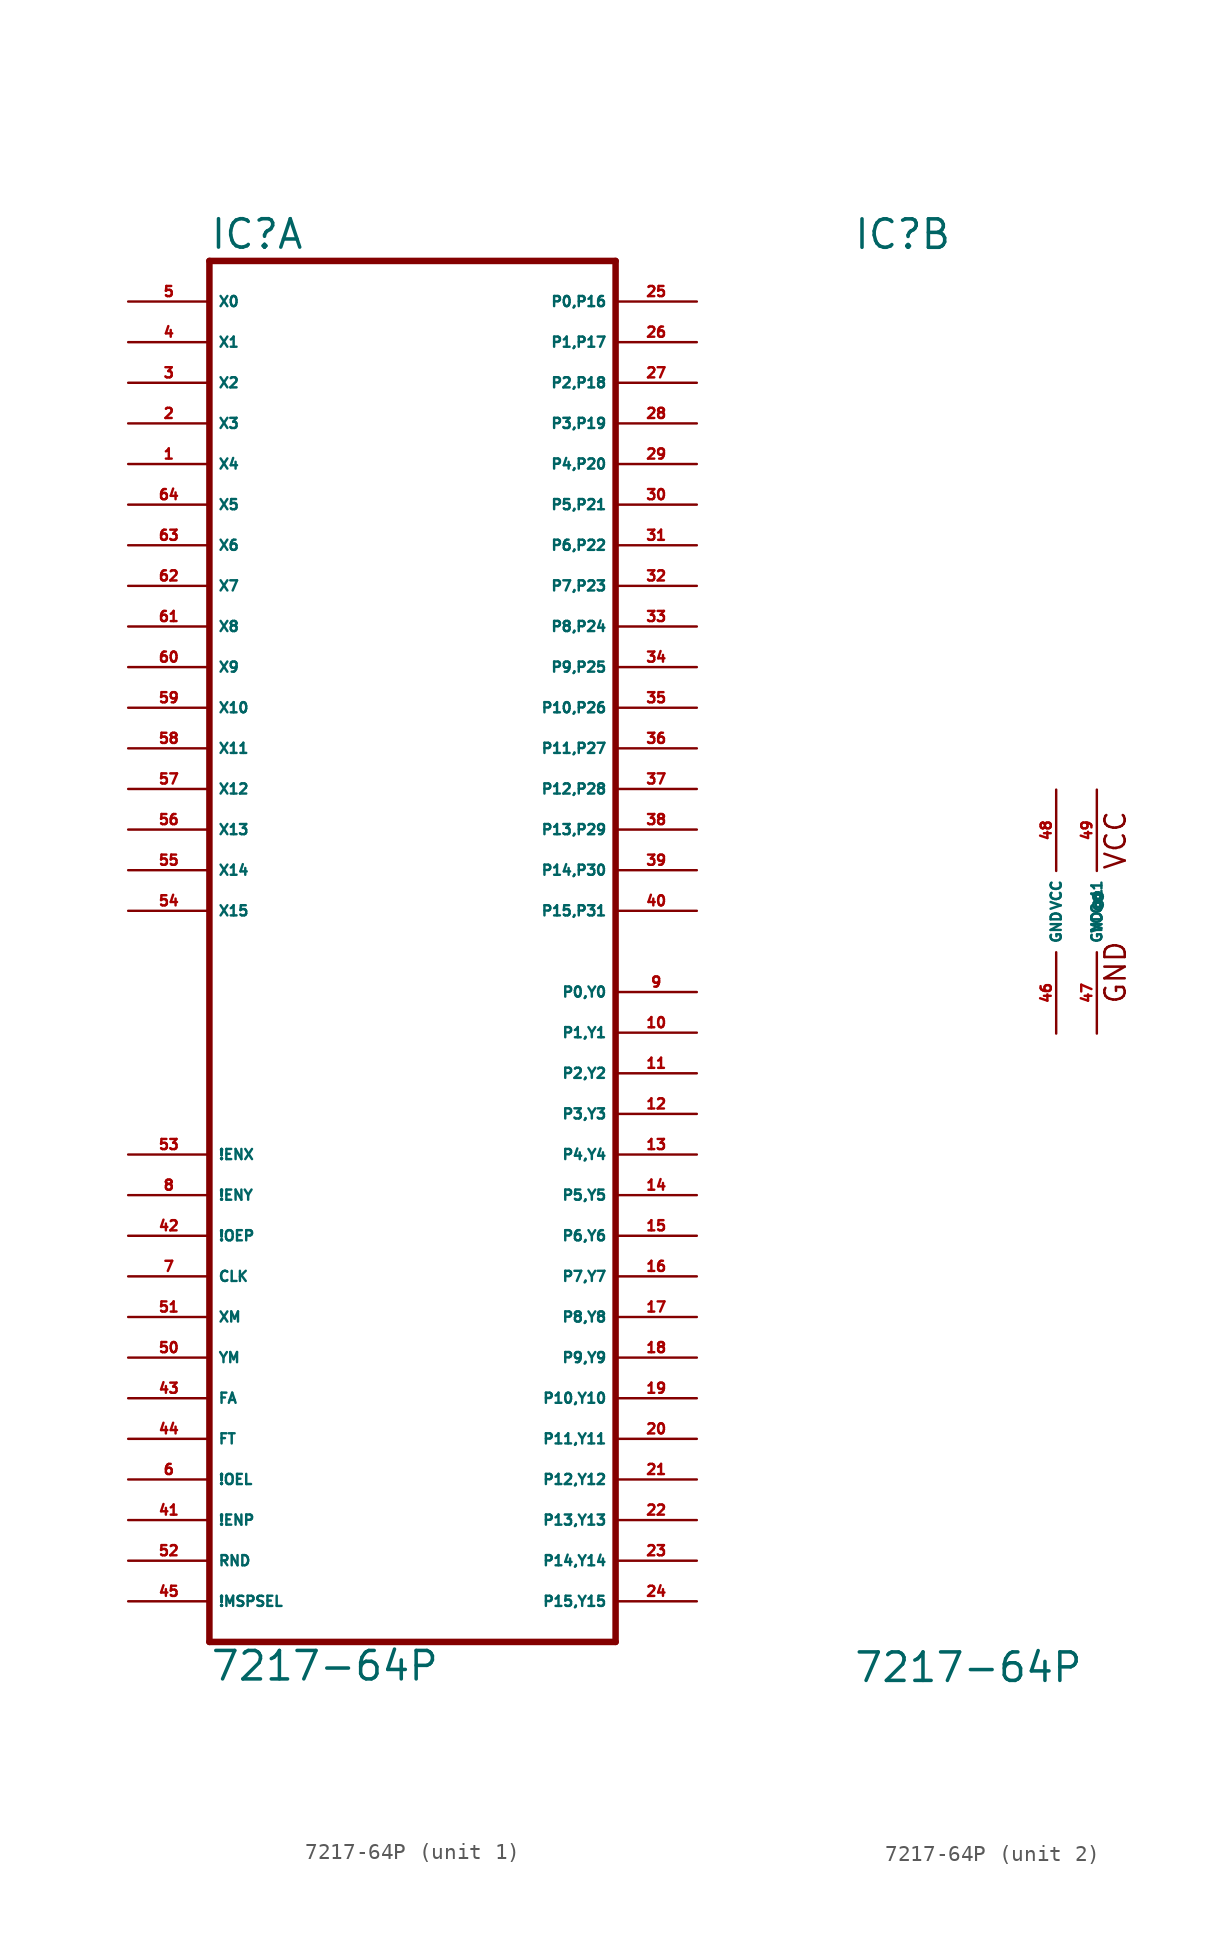
<source format=kicad_sym>
(kicad_symbol_lib
  (version 20220914)
  (generator Eagle2Kicad)
  (symbol "7217-64P"
    (property "Reference" "IC"
      (at -12.7 41.275 0)
      (effects (font (size 1.778 1.778) (thickness 0.22)) (justify left bottom)))
    (property "Value" "7217-64P"
      (at -12.7 -48.26 0)
      (effects (font (size 1.778 1.778) (thickness 0.22)) (justify left bottom)))
    (symbol "7217-64P_1_0"
      (polyline (pts (xy -12.7 -45.72) (xy 12.7 -45.72)) (stroke (width 0.406) (type default)) (fill (type none)))
      (polyline (pts (xy 12.7 -45.72) (xy 12.7 40.64)) (stroke (width 0.406) (type default)) (fill (type none)))
      (polyline (pts (xy 12.7 40.64) (xy -12.7 40.64)) (stroke (width 0.406) (type default)) (fill (type none)))
      (polyline (pts (xy -12.7 40.64) (xy -12.7 -45.72)) (stroke (width 0.406) (type default)) (fill (type none)))
      (pin input line (at -17.78 38.1 0) (length 5.08) (name "X0" (effects (font (size 0.635 0.635) (thickness 0.08)) (justify left bottom))) (number "5" (effects (font (size 0.635 0.635) (thickness 0.08)) (justify left bottom))))
      (pin input line (at -17.78 35.56 0) (length 5.08) (name "X1" (effects (font (size 0.635 0.635) (thickness 0.08)) (justify left bottom))) (number "4" (effects (font (size 0.635 0.635) (thickness 0.08)) (justify left bottom))))
      (pin input line (at -17.78 33.02 0) (length 5.08) (name "X2" (effects (font (size 0.635 0.635) (thickness 0.08)) (justify left bottom))) (number "3" (effects (font (size 0.635 0.635) (thickness 0.08)) (justify left bottom))))
      (pin input line (at -17.78 30.48 0) (length 5.08) (name "X3" (effects (font (size 0.635 0.635) (thickness 0.08)) (justify left bottom))) (number "2" (effects (font (size 0.635 0.635) (thickness 0.08)) (justify left bottom))))
      (pin input line (at -17.78 27.94 0) (length 5.08) (name "X4" (effects (font (size 0.635 0.635) (thickness 0.08)) (justify left bottom))) (number "1" (effects (font (size 0.635 0.635) (thickness 0.08)) (justify left bottom))))
      (pin input line (at -17.78 25.4 0) (length 5.08) (name "X5" (effects (font (size 0.635 0.635) (thickness 0.08)) (justify left bottom))) (number "64" (effects (font (size 0.635 0.635) (thickness 0.08)) (justify left bottom))))
      (pin input line (at -17.78 22.86 0) (length 5.08) (name "X6" (effects (font (size 0.635 0.635) (thickness 0.08)) (justify left bottom))) (number "63" (effects (font (size 0.635 0.635) (thickness 0.08)) (justify left bottom))))
      (pin input line (at -17.78 20.32 0) (length 5.08) (name "X7" (effects (font (size 0.635 0.635) (thickness 0.08)) (justify left bottom))) (number "62" (effects (font (size 0.635 0.635) (thickness 0.08)) (justify left bottom))))
      (pin input line (at -17.78 17.78 0) (length 5.08) (name "X8" (effects (font (size 0.635 0.635) (thickness 0.08)) (justify left bottom))) (number "61" (effects (font (size 0.635 0.635) (thickness 0.08)) (justify left bottom))))
      (pin input line (at -17.78 15.24 0) (length 5.08) (name "X9" (effects (font (size 0.635 0.635) (thickness 0.08)) (justify left bottom))) (number "60" (effects (font (size 0.635 0.635) (thickness 0.08)) (justify left bottom))))
      (pin input line (at -17.78 12.7 0) (length 5.08) (name "X10" (effects (font (size 0.635 0.635) (thickness 0.08)) (justify left bottom))) (number "59" (effects (font (size 0.635 0.635) (thickness 0.08)) (justify left bottom))))
      (pin input line (at -17.78 10.16 0) (length 5.08) (name "X11" (effects (font (size 0.635 0.635) (thickness 0.08)) (justify left bottom))) (number "58" (effects (font (size 0.635 0.635) (thickness 0.08)) (justify left bottom))))
      (pin input line (at -17.78 7.62 0) (length 5.08) (name "X12" (effects (font (size 0.635 0.635) (thickness 0.08)) (justify left bottom))) (number "57" (effects (font (size 0.635 0.635) (thickness 0.08)) (justify left bottom))))
      (pin input line (at -17.78 5.08 0) (length 5.08) (name "X13" (effects (font (size 0.635 0.635) (thickness 0.08)) (justify left bottom))) (number "56" (effects (font (size 0.635 0.635) (thickness 0.08)) (justify left bottom))))
      (pin input line (at -17.78 2.54 0) (length 5.08) (name "X14" (effects (font (size 0.635 0.635) (thickness 0.08)) (justify left bottom))) (number "55" (effects (font (size 0.635 0.635) (thickness 0.08)) (justify left bottom))))
      (pin input line (at -17.78 0 0) (length 5.08) (name "X15" (effects (font (size 0.635 0.635) (thickness 0.08)) (justify left bottom))) (number "54" (effects (font (size 0.635 0.635) (thickness 0.08)) (justify left bottom))))
      (pin bidirectional line (at 17.78 -43.18 180) (length 5.08) (name "P15,Y15" (effects (font (size 0.635 0.635) (thickness 0.08)) (justify left bottom))) (number "24" (effects (font (size 0.635 0.635) (thickness 0.08)) (justify left bottom))))
      (pin bidirectional line (at 17.78 -40.64 180) (length 5.08) (name "P14,Y14" (effects (font (size 0.635 0.635) (thickness 0.08)) (justify left bottom))) (number "23" (effects (font (size 0.635 0.635) (thickness 0.08)) (justify left bottom))))
      (pin bidirectional line (at 17.78 -38.1 180) (length 5.08) (name "P13,Y13" (effects (font (size 0.635 0.635) (thickness 0.08)) (justify left bottom))) (number "22" (effects (font (size 0.635 0.635) (thickness 0.08)) (justify left bottom))))
      (pin bidirectional line (at 17.78 -35.56 180) (length 5.08) (name "P12,Y12" (effects (font (size 0.635 0.635) (thickness 0.08)) (justify left bottom))) (number "21" (effects (font (size 0.635 0.635) (thickness 0.08)) (justify left bottom))))
      (pin bidirectional line (at 17.78 -33.02 180) (length 5.08) (name "P11,Y11" (effects (font (size 0.635 0.635) (thickness 0.08)) (justify left bottom))) (number "20" (effects (font (size 0.635 0.635) (thickness 0.08)) (justify left bottom))))
      (pin bidirectional line (at 17.78 -30.48 180) (length 5.08) (name "P10,Y10" (effects (font (size 0.635 0.635) (thickness 0.08)) (justify left bottom))) (number "19" (effects (font (size 0.635 0.635) (thickness 0.08)) (justify left bottom))))
      (pin bidirectional line (at 17.78 -27.94 180) (length 5.08) (name "P9,Y9" (effects (font (size 0.635 0.635) (thickness 0.08)) (justify left bottom))) (number "18" (effects (font (size 0.635 0.635) (thickness 0.08)) (justify left bottom))))
      (pin bidirectional line (at 17.78 -25.4 180) (length 5.08) (name "P8,Y8" (effects (font (size 0.635 0.635) (thickness 0.08)) (justify left bottom))) (number "17" (effects (font (size 0.635 0.635) (thickness 0.08)) (justify left bottom))))
      (pin bidirectional line (at 17.78 -22.86 180) (length 5.08) (name "P7,Y7" (effects (font (size 0.635 0.635) (thickness 0.08)) (justify left bottom))) (number "16" (effects (font (size 0.635 0.635) (thickness 0.08)) (justify left bottom))))
      (pin bidirectional line (at 17.78 -20.32 180) (length 5.08) (name "P6,Y6" (effects (font (size 0.635 0.635) (thickness 0.08)) (justify left bottom))) (number "15" (effects (font (size 0.635 0.635) (thickness 0.08)) (justify left bottom))))
      (pin bidirectional line (at 17.78 -17.78 180) (length 5.08) (name "P5,Y5" (effects (font (size 0.635 0.635) (thickness 0.08)) (justify left bottom))) (number "14" (effects (font (size 0.635 0.635) (thickness 0.08)) (justify left bottom))))
      (pin bidirectional line (at 17.78 -15.24 180) (length 5.08) (name "P4,Y4" (effects (font (size 0.635 0.635) (thickness 0.08)) (justify left bottom))) (number "13" (effects (font (size 0.635 0.635) (thickness 0.08)) (justify left bottom))))
      (pin bidirectional line (at 17.78 -12.7 180) (length 5.08) (name "P3,Y3" (effects (font (size 0.635 0.635) (thickness 0.08)) (justify left bottom))) (number "12" (effects (font (size 0.635 0.635) (thickness 0.08)) (justify left bottom))))
      (pin bidirectional line (at 17.78 -10.16 180) (length 5.08) (name "P2,Y2" (effects (font (size 0.635 0.635) (thickness 0.08)) (justify left bottom))) (number "11" (effects (font (size 0.635 0.635) (thickness 0.08)) (justify left bottom))))
      (pin bidirectional line (at 17.78 -7.62 180) (length 5.08) (name "P1,Y1" (effects (font (size 0.635 0.635) (thickness 0.08)) (justify left bottom))) (number "10" (effects (font (size 0.635 0.635) (thickness 0.08)) (justify left bottom))))
      (pin bidirectional line (at 17.78 -5.08 180) (length 5.08) (name "P0,Y0" (effects (font (size 0.635 0.635) (thickness 0.08)) (justify left bottom))) (number "9" (effects (font (size 0.635 0.635) (thickness 0.08)) (justify left bottom))))
      (pin input line (at -17.78 -15.24 0) (length 5.08) (name "!ENX" (effects (font (size 0.635 0.635) (thickness 0.08)) (justify left bottom))) (number "53" (effects (font (size 0.635 0.635) (thickness 0.08)) (justify left bottom))))
      (pin input line (at -17.78 -17.78 0) (length 5.08) (name "!ENY" (effects (font (size 0.635 0.635) (thickness 0.08)) (justify left bottom))) (number "8" (effects (font (size 0.635 0.635) (thickness 0.08)) (justify left bottom))))
      (pin input line (at -17.78 -20.32 0) (length 5.08) (name "!OEP" (effects (font (size 0.635 0.635) (thickness 0.08)) (justify left bottom))) (number "42" (effects (font (size 0.635 0.635) (thickness 0.08)) (justify left bottom))))
      (pin input line (at -17.78 -22.86 0) (length 5.08) (name "CLK" (effects (font (size 0.635 0.635) (thickness 0.08)) (justify left bottom))) (number "7" (effects (font (size 0.635 0.635) (thickness 0.08)) (justify left bottom))))
      (pin input line (at -17.78 -25.4 0) (length 5.08) (name "XM" (effects (font (size 0.635 0.635) (thickness 0.08)) (justify left bottom))) (number "51" (effects (font (size 0.635 0.635) (thickness 0.08)) (justify left bottom))))
      (pin input line (at -17.78 -27.94 0) (length 5.08) (name "YM" (effects (font (size 0.635 0.635) (thickness 0.08)) (justify left bottom))) (number "50" (effects (font (size 0.635 0.635) (thickness 0.08)) (justify left bottom))))
      (pin input line (at -17.78 -30.48 0) (length 5.08) (name "FA" (effects (font (size 0.635 0.635) (thickness 0.08)) (justify left bottom))) (number "43" (effects (font (size 0.635 0.635) (thickness 0.08)) (justify left bottom))))
      (pin input line (at -17.78 -33.02 0) (length 5.08) (name "FT" (effects (font (size 0.635 0.635) (thickness 0.08)) (justify left bottom))) (number "44" (effects (font (size 0.635 0.635) (thickness 0.08)) (justify left bottom))))
      (pin input line (at -17.78 -35.56 0) (length 5.08) (name "!OEL" (effects (font (size 0.635 0.635) (thickness 0.08)) (justify left bottom))) (number "6" (effects (font (size 0.635 0.635) (thickness 0.08)) (justify left bottom))))
      (pin input line (at -17.78 -38.1 0) (length 5.08) (name "!ENP" (effects (font (size 0.635 0.635) (thickness 0.08)) (justify left bottom))) (number "41" (effects (font (size 0.635 0.635) (thickness 0.08)) (justify left bottom))))
      (pin input line (at -17.78 -40.64 0) (length 5.08) (name "RND" (effects (font (size 0.635 0.635) (thickness 0.08)) (justify left bottom))) (number "52" (effects (font (size 0.635 0.635) (thickness 0.08)) (justify left bottom))))
      (pin input line (at -17.78 -43.18 0) (length 5.08) (name "!MSPSEL" (effects (font (size 0.635 0.635) (thickness 0.08)) (justify left bottom))) (number "45" (effects (font (size 0.635 0.635) (thickness 0.08)) (justify left bottom))))
      (pin output line (at 17.78 38.1 180) (length 5.08) (name "P0,P16" (effects (font (size 0.635 0.635) (thickness 0.08)) (justify left bottom))) (number "25" (effects (font (size 0.635 0.635) (thickness 0.08)) (justify left bottom))))
      (pin output line (at 17.78 35.56 180) (length 5.08) (name "P1,P17" (effects (font (size 0.635 0.635) (thickness 0.08)) (justify left bottom))) (number "26" (effects (font (size 0.635 0.635) (thickness 0.08)) (justify left bottom))))
      (pin output line (at 17.78 33.02 180) (length 5.08) (name "P2,P18" (effects (font (size 0.635 0.635) (thickness 0.08)) (justify left bottom))) (number "27" (effects (font (size 0.635 0.635) (thickness 0.08)) (justify left bottom))))
      (pin output line (at 17.78 30.48 180) (length 5.08) (name "P3,P19" (effects (font (size 0.635 0.635) (thickness 0.08)) (justify left bottom))) (number "28" (effects (font (size 0.635 0.635) (thickness 0.08)) (justify left bottom))))
      (pin output line (at 17.78 27.94 180) (length 5.08) (name "P4,P20" (effects (font (size 0.635 0.635) (thickness 0.08)) (justify left bottom))) (number "29" (effects (font (size 0.635 0.635) (thickness 0.08)) (justify left bottom))))
      (pin output line (at 17.78 25.4 180) (length 5.08) (name "P5,P21" (effects (font (size 0.635 0.635) (thickness 0.08)) (justify left bottom))) (number "30" (effects (font (size 0.635 0.635) (thickness 0.08)) (justify left bottom))))
      (pin output line (at 17.78 22.86 180) (length 5.08) (name "P6,P22" (effects (font (size 0.635 0.635) (thickness 0.08)) (justify left bottom))) (number "31" (effects (font (size 0.635 0.635) (thickness 0.08)) (justify left bottom))))
      (pin output line (at 17.78 20.32 180) (length 5.08) (name "P7,P23" (effects (font (size 0.635 0.635) (thickness 0.08)) (justify left bottom))) (number "32" (effects (font (size 0.635 0.635) (thickness 0.08)) (justify left bottom))))
      (pin output line (at 17.78 17.78 180) (length 5.08) (name "P8,P24" (effects (font (size 0.635 0.635) (thickness 0.08)) (justify left bottom))) (number "33" (effects (font (size 0.635 0.635) (thickness 0.08)) (justify left bottom))))
      (pin output line (at 17.78 15.24 180) (length 5.08) (name "P9,P25" (effects (font (size 0.635 0.635) (thickness 0.08)) (justify left bottom))) (number "34" (effects (font (size 0.635 0.635) (thickness 0.08)) (justify left bottom))))
      (pin output line (at 17.78 12.7 180) (length 5.08) (name "P10,P26" (effects (font (size 0.635 0.635) (thickness 0.08)) (justify left bottom))) (number "35" (effects (font (size 0.635 0.635) (thickness 0.08)) (justify left bottom))))
      (pin output line (at 17.78 10.16 180) (length 5.08) (name "P11,P27" (effects (font (size 0.635 0.635) (thickness 0.08)) (justify left bottom))) (number "36" (effects (font (size 0.635 0.635) (thickness 0.08)) (justify left bottom))))
      (pin output line (at 17.78 7.62 180) (length 5.08) (name "P12,P28" (effects (font (size 0.635 0.635) (thickness 0.08)) (justify left bottom))) (number "37" (effects (font (size 0.635 0.635) (thickness 0.08)) (justify left bottom))))
      (pin output line (at 17.78 5.08 180) (length 5.08) (name "P13,P29" (effects (font (size 0.635 0.635) (thickness 0.08)) (justify left bottom))) (number "38" (effects (font (size 0.635 0.635) (thickness 0.08)) (justify left bottom))))
      (pin output line (at 17.78 2.54 180) (length 5.08) (name "P14,P30" (effects (font (size 0.635 0.635) (thickness 0.08)) (justify left bottom))) (number "39" (effects (font (size 0.635 0.635) (thickness 0.08)) (justify left bottom))))
      (pin output line (at 17.78 0 180) (length 5.08) (name "P15,P31" (effects (font (size 0.635 0.635) (thickness 0.08)) (justify left bottom))) (number "40" (effects (font (size 0.635 0.635) (thickness 0.08)) (justify left bottom)))))
    (symbol "7217-64P_2_0"
      (text "VCC" (at 4.445 2.54 900) (effects (font (size 1.27 1.27) (thickness 0.16)) (justify left bottom)))
      (text "GND" (at 4.445 -5.842 900) (effects (font (size 1.27 1.27) (thickness 0.16)) (justify left bottom)))
      (pin unspecified line (at 0 7.62 270) (length 5.08) (name "VCC" (effects (font (size 0.635 0.635) (thickness 0.08)) (justify left bottom))) (number "48" (effects (font (size 0.635 0.635) (thickness 0.08)) (justify left bottom))))
      (pin unspecified line (at 0 -7.62 90) (length 5.08) (name "GND" (effects (font (size 0.635 0.635) (thickness 0.08)) (justify left bottom))) (number "46" (effects (font (size 0.635 0.635) (thickness 0.08)) (justify left bottom))))
      (pin unspecified line (at 2.54 7.62 270) (length 5.08) (name "VCC@1" (effects (font (size 0.635 0.635) (thickness 0.08)) (justify left bottom))) (number "49" (effects (font (size 0.635 0.635) (thickness 0.08)) (justify left bottom))))
      (pin unspecified line (at 2.54 -7.62 90) (length 5.08) (name "GND@1" (effects (font (size 0.635 0.635) (thickness 0.08)) (justify left bottom))) (number "47" (effects (font (size 0.635 0.635) (thickness 0.08)) (justify left bottom)))))))
</source>
